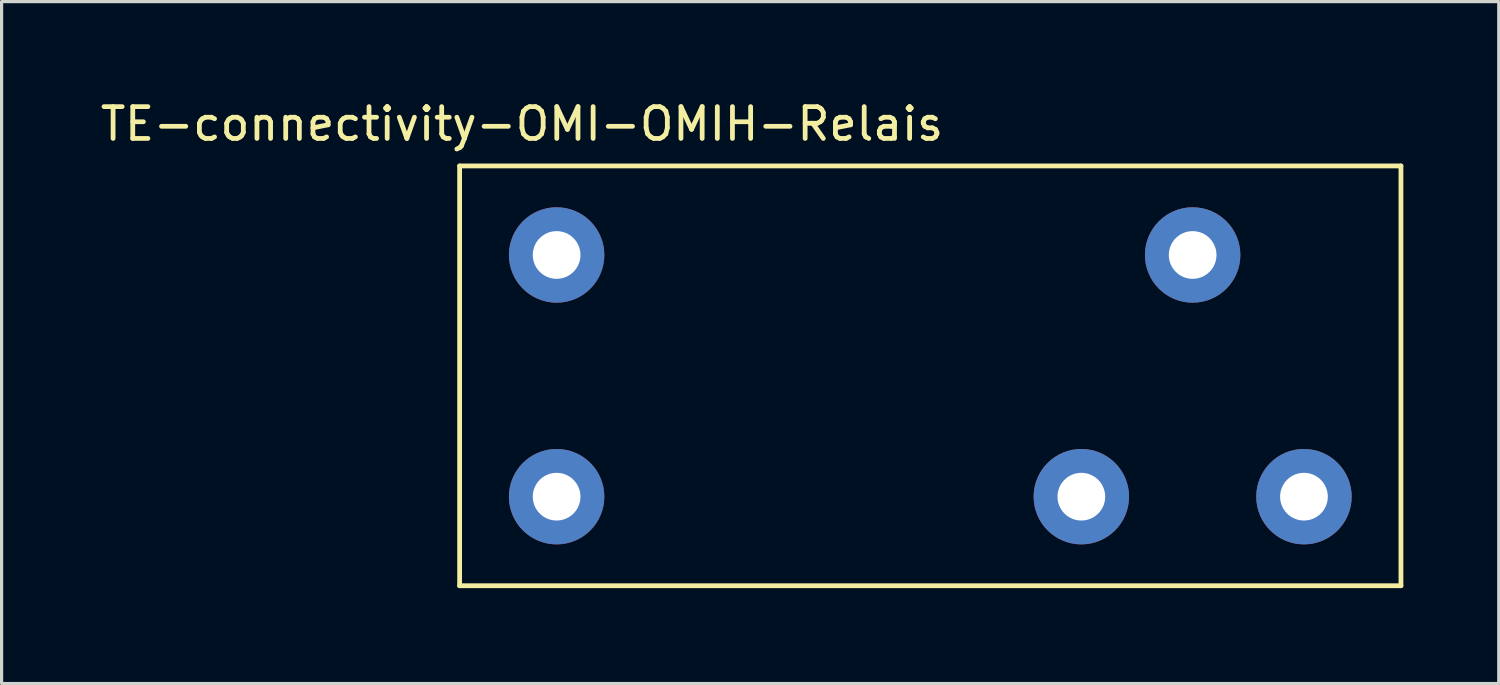
<source format=kicad_pcb>
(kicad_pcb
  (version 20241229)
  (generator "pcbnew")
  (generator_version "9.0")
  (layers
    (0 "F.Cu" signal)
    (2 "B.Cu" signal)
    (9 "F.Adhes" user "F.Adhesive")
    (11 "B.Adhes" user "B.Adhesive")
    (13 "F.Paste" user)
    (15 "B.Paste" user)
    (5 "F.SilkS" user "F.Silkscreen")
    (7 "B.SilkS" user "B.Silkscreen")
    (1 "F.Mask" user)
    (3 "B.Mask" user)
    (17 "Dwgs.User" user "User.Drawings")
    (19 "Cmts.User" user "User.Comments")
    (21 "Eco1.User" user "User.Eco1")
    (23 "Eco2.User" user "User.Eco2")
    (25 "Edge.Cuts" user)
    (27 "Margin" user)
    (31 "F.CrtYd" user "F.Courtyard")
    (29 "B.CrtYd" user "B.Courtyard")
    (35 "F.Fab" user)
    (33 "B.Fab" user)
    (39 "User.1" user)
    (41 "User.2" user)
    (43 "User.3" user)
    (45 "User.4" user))
  (footprint "TE-connectivity-OMI-OMIH-Relais"
    (layer "F.Cu")
    (at 26.203 8.768)
    (property "Reference" "TE-connectivity-OMI-OMIH-Relais" (at -12.84 -7.92 0) (layer "F.SilkS") (effects (font (size 1 1) (thickness 0.15))))
    (attr through_hole)
    (fp_line (start -14.8 -6.6) (end 14.8 -6.6) (stroke (width 0.15) (type solid)) (layer "F.SilkS"))
    (fp_line (start -14.8 6.6) (end -14.8 -6.6) (stroke (width 0.15) (type solid)) (layer "F.SilkS"))
    (fp_line (start 14.8 -6.6) (end 14.8 6.6) (stroke (width 0.15) (type solid)) (layer "F.SilkS"))
    (fp_line (start 14.8 6.6) (end -14.8 6.6) (stroke (width 0.15) (type solid)) (layer "F.SilkS"))
    (pad "5" thru_hole circle (at -11.75 -3.8) (size 3 3) (drill 1.5) (layers "*.Cu" "*.Mask"))
    (pad "6" thru_hole circle (at 11.75 3.8) (size 3 3) (drill 1.5) (layers "*.Cu" "*.Mask"))
    (pad "7" thru_hole circle (at 4.75 3.8) (size 3 3) (drill 1.5) (layers "*.Cu" "*.Mask"))
    (pad "8" thru_hole circle (at -11.75 3.8) (size 3 3) (drill 1.5) (layers "*.Cu" "*.Mask"))
    (pad "12" thru_hole circle (at 8.25 -3.8) (size 3 3) (drill 1.5) (layers "*.Cu" "*.Mask")))
  (gr_rect
    (start -3 -3)
    (end 44.078 18.443)
    (stroke (width 0.1) (type default))
    (fill no)
    (layer "Edge.Cuts")))
</source>
